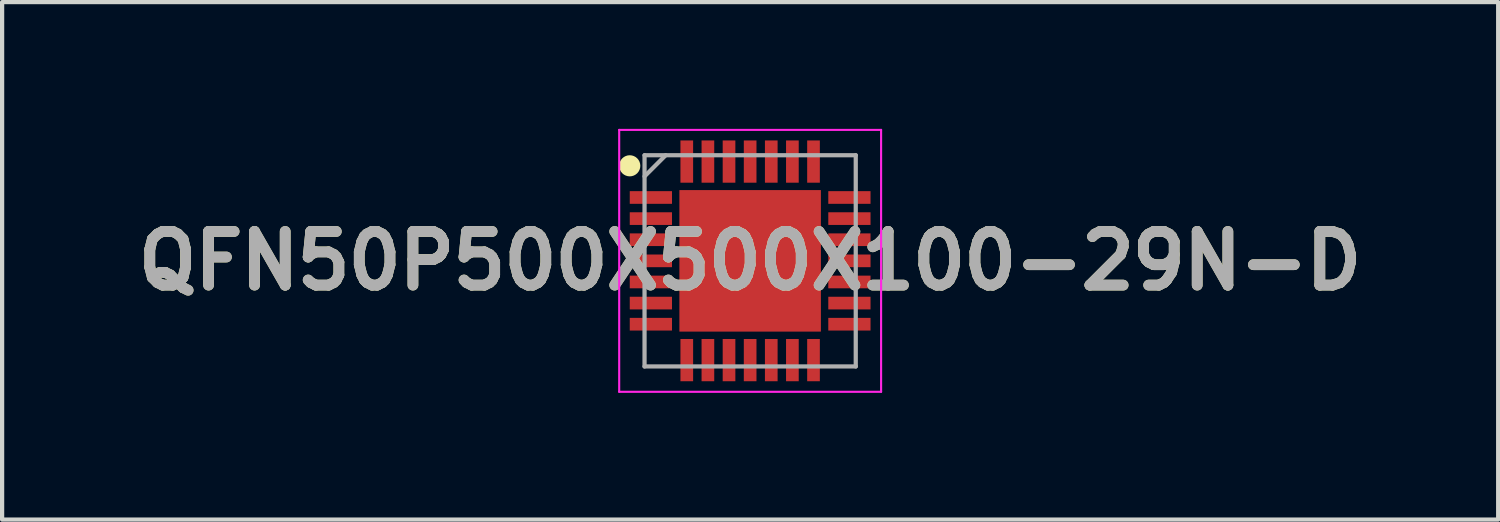
<source format=kicad_pcb>
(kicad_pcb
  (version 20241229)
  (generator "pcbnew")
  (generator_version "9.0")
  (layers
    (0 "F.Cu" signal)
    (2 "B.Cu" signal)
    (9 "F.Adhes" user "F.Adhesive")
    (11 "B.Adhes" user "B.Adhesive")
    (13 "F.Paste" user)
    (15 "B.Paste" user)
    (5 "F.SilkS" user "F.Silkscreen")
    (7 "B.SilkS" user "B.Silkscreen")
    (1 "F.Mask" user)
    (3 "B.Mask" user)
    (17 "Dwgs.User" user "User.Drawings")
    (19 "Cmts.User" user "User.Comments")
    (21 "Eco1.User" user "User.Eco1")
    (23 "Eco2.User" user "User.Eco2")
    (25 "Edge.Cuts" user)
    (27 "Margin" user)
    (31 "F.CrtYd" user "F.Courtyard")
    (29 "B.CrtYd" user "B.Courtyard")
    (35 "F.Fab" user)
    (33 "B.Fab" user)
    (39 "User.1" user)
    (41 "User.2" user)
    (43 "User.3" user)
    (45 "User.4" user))
  (footprint "QFN50P500X500X100-29N-D"
    (layer "F.Cu")
    (at 14.708 3.125)
    (property "Reference" "QFN50P500X500X100-29N-D" (at 0 0 0) (layer "F.SilkS") (effects (font (size 1.27 1.27) (thickness 0.254))))
    (attr smd)
    (fp_circle (center -2.85 -2.25) (end -2.85 -2.125) (stroke (width 0.25) (type solid)) (fill no) (layer "F.SilkS"))
    (fp_line (start -3.1 -3.1) (end 3.1 -3.1) (stroke (width 0.05) (type solid)) (layer "F.CrtYd"))
    (fp_line (start -3.1 3.1) (end -3.1 -3.1) (stroke (width 0.05) (type solid)) (layer "F.CrtYd"))
    (fp_line (start 3.1 -3.1) (end 3.1 3.1) (stroke (width 0.05) (type solid)) (layer "F.CrtYd"))
    (fp_line (start 3.1 3.1) (end -3.1 3.1) (stroke (width 0.05) (type solid)) (layer "F.CrtYd"))
    (fp_line (start -2.5 -2.5) (end 2.5 -2.5) (stroke (width 0.1) (type solid)) (layer "F.Fab"))
    (fp_line (start -2.5 -2) (end -2 -2.5) (stroke (width 0.1) (type solid)) (layer "F.Fab"))
    (fp_line (start -2.5 2.5) (end -2.5 -2.5) (stroke (width 0.1) (type solid)) (layer "F.Fab"))
    (fp_line (start 2.5 -2.5) (end 2.5 2.5) (stroke (width 0.1) (type solid)) (layer "F.Fab"))
    (fp_line (start 2.5 2.5) (end -2.5 2.5) (stroke (width 0.1) (type solid)) (layer "F.Fab"))
    (fp_text user "${REFERENCE}" (at 0 0 0) (layer "F.Fab") (effects (font (size 1.27 1.27) (thickness 0.254))))
    (pad "1" smd rect (at -2.35 -1.5 90) (size 0.3 1) (layers "F.Cu" "F.Mask" "F.Paste"))
    (pad "2" smd rect (at -2.35 -1 90) (size 0.3 1) (layers "F.Cu" "F.Mask" "F.Paste"))
    (pad "3" smd rect (at -2.35 -0.5 90) (size 0.3 1) (layers "F.Cu" "F.Mask" "F.Paste"))
    (pad "4" smd rect (at -2.35 0 90) (size 0.3 1) (layers "F.Cu" "F.Mask" "F.Paste"))
    (pad "5" smd rect (at -2.35 0.5 90) (size 0.3 1) (layers "F.Cu" "F.Mask" "F.Paste"))
    (pad "6" smd rect (at -2.35 1 90) (size 0.3 1) (layers "F.Cu" "F.Mask" "F.Paste"))
    (pad "7" smd rect (at -2.35 1.5 90) (size 0.3 1) (layers "F.Cu" "F.Mask" "F.Paste"))
    (pad "8" smd rect (at -1.5 2.35) (size 0.3 1) (layers "F.Cu" "F.Mask" "F.Paste"))
    (pad "9" smd rect (at -1 2.35) (size 0.3 1) (layers "F.Cu" "F.Mask" "F.Paste"))
    (pad "10" smd rect (at -0.5 2.35) (size 0.3 1) (layers "F.Cu" "F.Mask" "F.Paste"))
    (pad "11" smd rect (at 0 2.35) (size 0.3 1) (layers "F.Cu" "F.Mask" "F.Paste"))
    (pad "12" smd rect (at 0.5 2.35) (size 0.3 1) (layers "F.Cu" "F.Mask" "F.Paste"))
    (pad "13" smd rect (at 1 2.35) (size 0.3 1) (layers "F.Cu" "F.Mask" "F.Paste"))
    (pad "14" smd rect (at 1.5 2.35) (size 0.3 1) (layers "F.Cu" "F.Mask" "F.Paste"))
    (pad "15" smd rect (at 2.35 1.5 90) (size 0.3 1) (layers "F.Cu" "F.Mask" "F.Paste"))
    (pad "16" smd rect (at 2.35 1 90) (size 0.3 1) (layers "F.Cu" "F.Mask" "F.Paste"))
    (pad "17" smd rect (at 2.35 0.5 90) (size 0.3 1) (layers "F.Cu" "F.Mask" "F.Paste"))
    (pad "18" smd rect (at 2.35 0 90) (size 0.3 1) (layers "F.Cu" "F.Mask" "F.Paste"))
    (pad "19" smd rect (at 2.35 -0.5 90) (size 0.3 1) (layers "F.Cu" "F.Mask" "F.Paste"))
    (pad "20" smd rect (at 2.35 -1 90) (size 0.3 1) (layers "F.Cu" "F.Mask" "F.Paste"))
    (pad "21" smd rect (at 2.35 -1.5 90) (size 0.3 1) (layers "F.Cu" "F.Mask" "F.Paste"))
    (pad "22" smd rect (at 1.5 -2.35) (size 0.3 1) (layers "F.Cu" "F.Mask" "F.Paste"))
    (pad "23" smd rect (at 1 -2.35) (size 0.3 1) (layers "F.Cu" "F.Mask" "F.Paste"))
    (pad "24" smd rect (at 0.5 -2.35) (size 0.3 1) (layers "F.Cu" "F.Mask" "F.Paste"))
    (pad "25" smd rect (at 0 -2.35) (size 0.3 1) (layers "F.Cu" "F.Mask" "F.Paste"))
    (pad "26" smd rect (at -0.5 -2.35) (size 0.3 1) (layers "F.Cu" "F.Mask" "F.Paste"))
    (pad "27" smd rect (at -1 -2.35) (size 0.3 1) (layers "F.Cu" "F.Mask" "F.Paste"))
    (pad "28" smd rect (at -1.5 -2.35) (size 0.3 1) (layers "F.Cu" "F.Mask" "F.Paste"))
    (pad "29" smd rect (at 0 0) (size 3.35 3.35) (layers "F.Cu" "F.Mask" "F.Paste")))
  (gr_rect
    (start -3 -3)
    (end 32.416 9.25)
    (stroke (width 0.1) (type default))
    (fill no)
    (layer "Edge.Cuts")))
</source>
